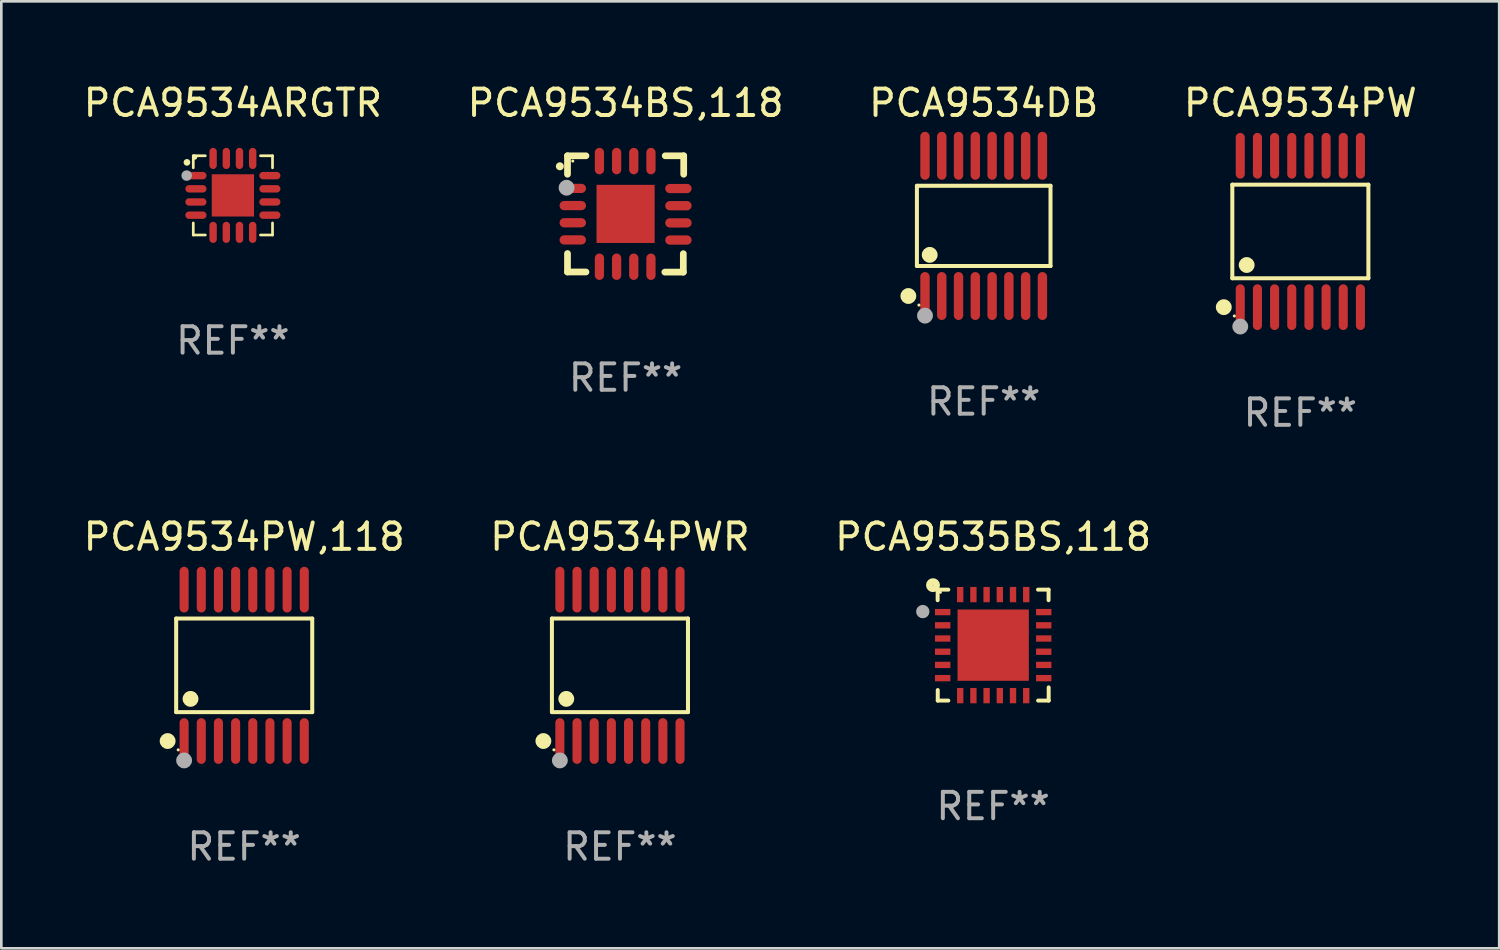
<source format=kicad_pcb>
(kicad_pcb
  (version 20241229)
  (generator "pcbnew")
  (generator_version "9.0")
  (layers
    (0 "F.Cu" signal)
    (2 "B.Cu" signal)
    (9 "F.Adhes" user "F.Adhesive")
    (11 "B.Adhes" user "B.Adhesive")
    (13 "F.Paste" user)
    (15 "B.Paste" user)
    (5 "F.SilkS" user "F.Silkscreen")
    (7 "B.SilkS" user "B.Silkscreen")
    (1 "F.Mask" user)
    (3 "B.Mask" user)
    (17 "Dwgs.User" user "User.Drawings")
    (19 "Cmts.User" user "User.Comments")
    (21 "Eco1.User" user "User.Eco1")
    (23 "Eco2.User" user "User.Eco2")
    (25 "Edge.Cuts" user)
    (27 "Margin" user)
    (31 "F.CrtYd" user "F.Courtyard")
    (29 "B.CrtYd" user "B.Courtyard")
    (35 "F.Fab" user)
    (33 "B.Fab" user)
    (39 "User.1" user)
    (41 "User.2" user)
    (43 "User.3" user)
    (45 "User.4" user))
  (footprint "PCA9534PW"
    (layer "F.Cu")
    (at 46.185 5.714)
    (property "Reference" "PCA9534PW" (at 0 -4.866 0) (layer "F.SilkS") (effects (font (size 1 1) (thickness 0.15))))
    (attr through_hole)
    (fp_line (start -2.576 -1.772) (end 2.576 -1.772) (stroke (width 0.152) (type solid)) (layer "F.SilkS"))
    (fp_line (start -2.576 1.771) (end -2.576 -1.772) (stroke (width 0.152) (type solid)) (layer "F.SilkS"))
    (fp_line (start 2.576 -1.772) (end 2.576 1.771) (stroke (width 0.152) (type solid)) (layer "F.SilkS"))
    (fp_line (start 2.576 1.771) (end -2.576 1.771) (stroke (width 0.152) (type solid)) (layer "F.SilkS"))
    (fp_circle (center -2.899 2.866) (end -2.749 2.866) (stroke (width 0.3) (type solid)) (fill no) (layer "F.SilkS"))
    (fp_circle (center -2.5 3.2) (end -2.47 3.2) (stroke (width 0.06) (type solid)) (fill no) (layer "F.SilkS"))
    (fp_circle (center -2.032 1.27) (end -1.882 1.27) (stroke (width 0.3) (type solid)) (fill no) (layer "F.SilkS"))
    (fp_circle (center -2.275 3.6) (end -2.125 3.6) (stroke (width 0.3) (type solid)) (fill no) (layer "F.Fab"))
    (fp_text user "REF**" (at 0 6.866 0) (layer "F.Fab") (effects (font (size 1 1) (thickness 0.15))))
    (pad "1" smd oval (at -2.275 2.866) (size 0.343 1.731) (layers "F.Cu" "F.Mask" "F.Paste"))
    (pad "2" smd oval (at -1.625 2.866) (size 0.343 1.731) (layers "F.Cu" "F.Mask" "F.Paste"))
    (pad "3" smd oval (at -0.975 2.866) (size 0.343 1.731) (layers "F.Cu" "F.Mask" "F.Paste"))
    (pad "4" smd oval (at -0.325 2.866) (size 0.343 1.731) (layers "F.Cu" "F.Mask" "F.Paste"))
    (pad "5" smd oval (at 0.325 2.866) (size 0.343 1.731) (layers "F.Cu" "F.Mask" "F.Paste"))
    (pad "6" smd oval (at 0.975 2.866) (size 0.343 1.731) (layers "F.Cu" "F.Mask" "F.Paste"))
    (pad "7" smd oval (at 1.625 2.866) (size 0.343 1.731) (layers "F.Cu" "F.Mask" "F.Paste"))
    (pad "8" smd oval (at 2.275 2.866) (size 0.343 1.731) (layers "F.Cu" "F.Mask" "F.Paste"))
    (pad "9" smd oval (at 2.275 -2.866) (size 0.343 1.731) (layers "F.Cu" "F.Mask" "F.Paste"))
    (pad "10" smd oval (at 1.625 -2.866) (size 0.343 1.731) (layers "F.Cu" "F.Mask" "F.Paste"))
    (pad "11" smd oval (at 0.975 -2.866) (size 0.343 1.731) (layers "F.Cu" "F.Mask" "F.Paste"))
    (pad "12" smd oval (at 0.325 -2.866) (size 0.343 1.731) (layers "F.Cu" "F.Mask" "F.Paste"))
    (pad "13" smd oval (at -0.325 -2.866) (size 0.343 1.731) (layers "F.Cu" "F.Mask" "F.Paste"))
    (pad "14" smd oval (at -0.975 -2.866) (size 0.343 1.731) (layers "F.Cu" "F.Mask" "F.Paste"))
    (pad "15" smd oval (at -1.625 -2.866) (size 0.343 1.731) (layers "F.Cu" "F.Mask" "F.Paste"))
    (pad "16" smd oval (at -2.275 -2.866) (size 0.343 1.731) (layers "F.Cu" "F.Mask" "F.Paste")))
  (footprint "PCA9534BS,118"
    (layer "F.Cu")
    (at 20.637 5.051)
    (property "Reference" "PCA9534BS,118" (at 0 -4.202 0) (layer "F.SilkS") (effects (font (size 1 1) (thickness 0.15))))
    (attr through_hole)
    (fp_line (start -2.2 -2.202) (end -1.5 -2.202) (stroke (width 0.254) (type solid)) (layer "F.SilkS"))
    (fp_line (start -2.2 -1.503) (end -2.2 -2.202) (stroke (width 0.254) (type solid)) (layer "F.SilkS"))
    (fp_line (start -2.2 1.498) (end -2.2 2.197) (stroke (width 0.254) (type solid)) (layer "F.SilkS"))
    (fp_line (start -2.2 2.197) (end -1.5 2.197) (stroke (width 0.254) (type solid)) (layer "F.SilkS"))
    (fp_line (start 1.485 2.202) (end 2.185 2.202) (stroke (width 0.254) (type solid)) (layer "F.SilkS"))
    (fp_line (start 2.185 2.202) (end 2.185 1.503) (stroke (width 0.254) (type solid)) (layer "F.SilkS"))
    (fp_line (start 2.2 -2.202) (end 1.5 -2.202) (stroke (width 0.254) (type solid)) (layer "F.SilkS"))
    (fp_line (start 2.2 -1.503) (end 2.2 -2.202) (stroke (width 0.254) (type solid)) (layer "F.SilkS"))
    (fp_arc (start -2.489205 -1.803404) (mid -2.48921 -1.804674) (end -2.489205 -1.805944) (stroke (width 0.3) (type solid)) (layer "F.SilkS"))
    (fp_circle (center -2 -2.002) (end -1.97 -2.002) (stroke (width 0.06) (type solid)) (fill no) (layer "F.SilkS"))
    (fp_circle (center -2.235 -0.993) (end -2.085 -0.993) (stroke (width 0.3) (type solid)) (fill no) (layer "F.Fab"))
    (fp_text user "REF**" (at 0 6.202 0) (layer "F.Fab") (effects (font (size 1 1) (thickness 0.15))))
    (pad "1" smd oval (at -2 -0.968 270) (size 0.35 1) (layers "F.Cu" "F.Mask" "F.Paste"))
    (pad "2" smd oval (at -2 -0.317 270) (size 0.35 1) (layers "F.Cu" "F.Mask" "F.Paste"))
    (pad "3" smd oval (at -2 0.333 270) (size 0.35 1) (layers "F.Cu" "F.Mask" "F.Paste"))
    (pad "4" smd oval (at -2 0.983 270) (size 0.35 1) (layers "F.Cu" "F.Mask" "F.Paste"))
    (pad "5" smd oval (at -0.991 1.998) (size 0.35 1) (layers "F.Cu" "F.Mask" "F.Paste"))
    (pad "6" smd oval (at -0.34 1.998) (size 0.35 1) (layers "F.Cu" "F.Mask" "F.Paste"))
    (pad "7" smd oval (at 0.31 1.998) (size 0.35 1) (layers "F.Cu" "F.Mask" "F.Paste"))
    (pad "8" smd oval (at 0.96 1.998) (size 0.35 1) (layers "F.Cu" "F.Mask" "F.Paste"))
    (pad "9" smd oval (at 2 0.988 270) (size 0.35 1) (layers "F.Cu" "F.Mask" "F.Paste"))
    (pad "10" smd oval (at 2 0.338 270) (size 0.35 1) (layers "F.Cu" "F.Mask" "F.Paste"))
    (pad "11" smd oval (at 2 -0.312 270) (size 0.35 1) (layers "F.Cu" "F.Mask" "F.Paste"))
    (pad "12" smd oval (at 2 -0.963 270) (size 0.35 1) (layers "F.Cu" "F.Mask" "F.Paste"))
    (pad "13" smd oval (at 0.96 -2.002) (size 0.35 1) (layers "F.Cu" "F.Mask" "F.Paste"))
    (pad "14" smd oval (at 0.31 -2.002) (size 0.35 1) (layers "F.Cu" "F.Mask" "F.Paste"))
    (pad "15" smd oval (at -0.34 -2.002) (size 0.35 1) (layers "F.Cu" "F.Mask" "F.Paste"))
    (pad "16" smd oval (at -0.991 -2.002) (size 0.35 1) (layers "F.Cu" "F.Mask" "F.Paste"))
    (pad "17" smd rect (at -0.000102 -0.002) (size 2.2 2.2) (layers "F.Cu" "F.Mask" "F.Paste")))
  (footprint "PCA9534PW,118"
    (layer "F.Cu")
    (at 6.196 22.142)
    (property "Reference" "PCA9534PW,118" (at 0 -4.866 0) (layer "F.SilkS") (effects (font (size 1 1) (thickness 0.15))))
    (attr through_hole)
    (fp_line (start -2.576 -1.772) (end 2.576 -1.772) (stroke (width 0.152) (type solid)) (layer "F.SilkS"))
    (fp_line (start -2.576 1.771) (end -2.576 -1.772) (stroke (width 0.152) (type solid)) (layer "F.SilkS"))
    (fp_line (start 2.576 -1.772) (end 2.576 1.771) (stroke (width 0.152) (type solid)) (layer "F.SilkS"))
    (fp_line (start 2.576 1.771) (end -2.576 1.771) (stroke (width 0.152) (type solid)) (layer "F.SilkS"))
    (fp_circle (center -2.899 2.866) (end -2.749 2.866) (stroke (width 0.3) (type solid)) (fill no) (layer "F.SilkS"))
    (fp_circle (center -2.5 3.2) (end -2.47 3.2) (stroke (width 0.06) (type solid)) (fill no) (layer "F.SilkS"))
    (fp_circle (center -2.032 1.27) (end -1.882 1.27) (stroke (width 0.3) (type solid)) (fill no) (layer "F.SilkS"))
    (fp_circle (center -2.275 3.6) (end -2.125 3.6) (stroke (width 0.3) (type solid)) (fill no) (layer "F.Fab"))
    (fp_text user "REF**" (at 0 6.866 0) (layer "F.Fab") (effects (font (size 1 1) (thickness 0.15))))
    (pad "1" smd oval (at -2.275 2.866) (size 0.343 1.731) (layers "F.Cu" "F.Mask" "F.Paste"))
    (pad "2" smd oval (at -1.625 2.866) (size 0.343 1.731) (layers "F.Cu" "F.Mask" "F.Paste"))
    (pad "3" smd oval (at -0.975 2.866) (size 0.343 1.731) (layers "F.Cu" "F.Mask" "F.Paste"))
    (pad "4" smd oval (at -0.325 2.866) (size 0.343 1.731) (layers "F.Cu" "F.Mask" "F.Paste"))
    (pad "5" smd oval (at 0.325 2.866) (size 0.343 1.731) (layers "F.Cu" "F.Mask" "F.Paste"))
    (pad "6" smd oval (at 0.975 2.866) (size 0.343 1.731) (layers "F.Cu" "F.Mask" "F.Paste"))
    (pad "7" smd oval (at 1.625 2.866) (size 0.343 1.731) (layers "F.Cu" "F.Mask" "F.Paste"))
    (pad "8" smd oval (at 2.275 2.866) (size 0.343 1.731) (layers "F.Cu" "F.Mask" "F.Paste"))
    (pad "9" smd oval (at 2.275 -2.866) (size 0.343 1.731) (layers "F.Cu" "F.Mask" "F.Paste"))
    (pad "10" smd oval (at 1.625 -2.866) (size 0.343 1.731) (layers "F.Cu" "F.Mask" "F.Paste"))
    (pad "11" smd oval (at 0.975 -2.866) (size 0.343 1.731) (layers "F.Cu" "F.Mask" "F.Paste"))
    (pad "12" smd oval (at 0.325 -2.866) (size 0.343 1.731) (layers "F.Cu" "F.Mask" "F.Paste"))
    (pad "13" smd oval (at -0.325 -2.866) (size 0.343 1.731) (layers "F.Cu" "F.Mask" "F.Paste"))
    (pad "14" smd oval (at -0.975 -2.866) (size 0.343 1.731) (layers "F.Cu" "F.Mask" "F.Paste"))
    (pad "15" smd oval (at -1.625 -2.866) (size 0.343 1.731) (layers "F.Cu" "F.Mask" "F.Paste"))
    (pad "16" smd oval (at -2.275 -2.866) (size 0.343 1.731) (layers "F.Cu" "F.Mask" "F.Paste")))
  (footprint "PCA9535BS,118"
    (layer "F.Cu")
    (at 34.554 21.376)
    (property "Reference" "PCA9535BS,118" (at 0 -4.1 0) (layer "F.SilkS") (effects (font (size 1 1) (thickness 0.15))))
    (attr through_hole)
    (fp_line (start -2.102 -2.1) (end -1.698 -2.1) (stroke (width 0.15) (type solid)) (layer "F.SilkS"))
    (fp_line (start -2.102 -1.7) (end -2.102 -2.1) (stroke (width 0.15) (type solid)) (layer "F.SilkS"))
    (fp_line (start -2.098 1.7) (end -2.098 2.1) (stroke (width 0.15) (type solid)) (layer "F.SilkS"))
    (fp_line (start -2.098 2.1) (end -1.698 2.1) (stroke (width 0.15) (type solid)) (layer "F.SilkS"))
    (fp_line (start 1.698 -2.1) (end 2.098 -2.1) (stroke (width 0.15) (type solid)) (layer "F.SilkS"))
    (fp_line (start 2.098 -2.1) (end 2.098 -1.7) (stroke (width 0.15) (type solid)) (layer "F.SilkS"))
    (fp_line (start 2.102 1.6) (end 2.102 2.1) (stroke (width 0.15) (type solid)) (layer "F.SilkS"))
    (fp_line (start 2.102 2.1) (end 1.702 2.1) (stroke (width 0.15) (type solid)) (layer "F.SilkS"))
    (fp_circle (center -2.278 -2.27) (end -2.268 -2.27) (stroke (width 0.254) (type solid)) (fill no) (layer "F.SilkS"))
    (fp_circle (center -1.998 -2) (end -1.968 -2) (stroke (width 0.06) (type solid)) (fill no) (layer "F.SilkS"))
    (fp_circle (center -2.665 -1.27) (end -2.538 -1.27) (stroke (width 0.254) (type solid)) (fill no) (layer "F.Fab"))
    (fp_text user "REF**" (at 0 6.1 0) (layer "F.Fab") (effects (font (size 1 1) (thickness 0.15))))
    (pad "1" smd rect (at -1.911 -1.25) (size 0.584 0.24) (layers "F.Cu" "F.Mask" "F.Paste"))
    (pad "2" smd rect (at -1.911 -0.75) (size 0.584 0.24) (layers "F.Cu" "F.Mask" "F.Paste"))
    (pad "3" smd rect (at -1.911 -0.25) (size 0.584 0.24) (layers "F.Cu" "F.Mask" "F.Paste"))
    (pad "4" smd rect (at -1.911 0.25) (size 0.584 0.24) (layers "F.Cu" "F.Mask" "F.Paste"))
    (pad "5" smd rect (at -1.911 0.75) (size 0.584 0.24) (layers "F.Cu" "F.Mask" "F.Paste"))
    (pad "6" smd rect (at -1.911 1.25) (size 0.584 0.24) (layers "F.Cu" "F.Mask" "F.Paste"))
    (pad "7" smd rect (at -1.248 1.913) (size 0.24 0.58) (layers "F.Cu" "F.Mask" "F.Paste"))
    (pad "8" smd rect (at -0.748 1.913) (size 0.24 0.58) (layers "F.Cu" "F.Mask" "F.Paste"))
    (pad "9" smd rect (at -0.248 1.913) (size 0.24 0.58) (layers "F.Cu" "F.Mask" "F.Paste"))
    (pad "10" smd rect (at 0.252 1.913) (size 0.24 0.58) (layers "F.Cu" "F.Mask" "F.Paste"))
    (pad "11" smd rect (at 0.752 1.913) (size 0.24 0.58) (layers "F.Cu" "F.Mask" "F.Paste"))
    (pad "12" smd rect (at 1.252 1.913) (size 0.24 0.58) (layers "F.Cu" "F.Mask" "F.Paste"))
    (pad "13" smd rect (at 1.915 1.25) (size 0.58 0.24) (layers "F.Cu" "F.Mask" "F.Paste"))
    (pad "14" smd rect (at 1.915 0.75) (size 0.58 0.24) (layers "F.Cu" "F.Mask" "F.Paste"))
    (pad "15" smd rect (at 1.915 0.25) (size 0.58 0.24) (layers "F.Cu" "F.Mask" "F.Paste"))
    (pad "16" smd rect (at 1.915 -0.25) (size 0.58 0.24) (layers "F.Cu" "F.Mask" "F.Paste"))
    (pad "17" smd rect (at 1.915 -0.75) (size 0.58 0.24) (layers "F.Cu" "F.Mask" "F.Paste"))
    (pad "18" smd rect (at 1.915 -1.25) (size 0.58 0.24) (layers "F.Cu" "F.Mask" "F.Paste"))
    (pad "19" smd rect (at 1.252 -1.913) (size 0.24 0.58) (layers "F.Cu" "F.Mask" "F.Paste"))
    (pad "20" smd rect (at 0.752 -1.913) (size 0.24 0.58) (layers "F.Cu" "F.Mask" "F.Paste"))
    (pad "21" smd rect (at 0.252 -1.913) (size 0.24 0.58) (layers "F.Cu" "F.Mask" "F.Paste"))
    (pad "22" smd rect (at -0.248 -1.913) (size 0.24 0.58) (layers "F.Cu" "F.Mask" "F.Paste"))
    (pad "23" smd rect (at -0.748 -1.913) (size 0.24 0.58) (layers "F.Cu" "F.Mask" "F.Paste"))
    (pad "24" smd rect (at -1.248 -1.913) (size 0.24 0.58) (layers "F.Cu" "F.Mask" "F.Paste"))
    (pad "25" smd rect (at 0.001 0.001) (size 2.7 2.7) (layers "F.Cu" "F.Mask" "F.Paste")))
  (footprint "PCA9534DB"
    (layer "F.Cu")
    (at 34.196 5.503)
    (property "Reference" "PCA9534DB" (at 0 -4.655 0) (layer "F.SilkS") (effects (font (size 1 1) (thickness 0.15))))
    (attr through_hole)
    (fp_line (start -2.529 -1.519) (end 2.529 -1.519) (stroke (width 0.152) (type solid)) (layer "F.SilkS"))
    (fp_line (start -2.529 1.519) (end -2.529 -1.519) (stroke (width 0.152) (type solid)) (layer "F.SilkS"))
    (fp_line (start 2.529 -1.519) (end 2.529 1.519) (stroke (width 0.152) (type solid)) (layer "F.SilkS"))
    (fp_line (start 2.529 1.519) (end -2.529 1.519) (stroke (width 0.152) (type solid)) (layer "F.SilkS"))
    (fp_circle (center -2.853 2.655) (end -2.703 2.655) (stroke (width 0.3) (type solid)) (fill no) (layer "F.SilkS"))
    (fp_circle (center -2.453 2.998) (end -2.423 2.998) (stroke (width 0.06) (type solid)) (fill no) (layer "F.SilkS"))
    (fp_circle (center -2.045 1.097) (end -1.895 1.097) (stroke (width 0.3) (type solid)) (fill no) (layer "F.SilkS"))
    (fp_circle (center -2.223 3.398) (end -2.072 3.398) (stroke (width 0.3) (type solid)) (fill no) (layer "F.Fab"))
    (fp_text user "REF**" (at 0 6.655 0) (layer "F.Fab") (effects (font (size 1 1) (thickness 0.15))))
    (pad "1" smd oval (at -2.223 2.655) (size 0.356 1.815) (layers "F.Cu" "F.Mask" "F.Paste"))
    (pad "2" smd oval (at -1.588 2.655) (size 0.356 1.815) (layers "F.Cu" "F.Mask" "F.Paste"))
    (pad "3" smd oval (at -0.953 2.655) (size 0.356 1.815) (layers "F.Cu" "F.Mask" "F.Paste"))
    (pad "4" smd oval (at -0.318 2.655) (size 0.356 1.815) (layers "F.Cu" "F.Mask" "F.Paste"))
    (pad "5" smd oval (at 0.318 2.655) (size 0.356 1.815) (layers "F.Cu" "F.Mask" "F.Paste"))
    (pad "6" smd oval (at 0.953 2.655) (size 0.356 1.815) (layers "F.Cu" "F.Mask" "F.Paste"))
    (pad "7" smd oval (at 1.588 2.655) (size 0.356 1.815) (layers "F.Cu" "F.Mask" "F.Paste"))
    (pad "8" smd oval (at 2.223 2.655) (size 0.356 1.815) (layers "F.Cu" "F.Mask" "F.Paste"))
    (pad "9" smd oval (at 2.223 -2.655) (size 0.356 1.815) (layers "F.Cu" "F.Mask" "F.Paste"))
    (pad "10" smd oval (at 1.588 -2.655) (size 0.356 1.815) (layers "F.Cu" "F.Mask" "F.Paste"))
    (pad "11" smd oval (at 0.953 -2.655) (size 0.356 1.815) (layers "F.Cu" "F.Mask" "F.Paste"))
    (pad "12" smd oval (at 0.318 -2.655) (size 0.356 1.815) (layers "F.Cu" "F.Mask" "F.Paste"))
    (pad "13" smd oval (at -0.318 -2.655) (size 0.356 1.815) (layers "F.Cu" "F.Mask" "F.Paste"))
    (pad "14" smd oval (at -0.953 -2.655) (size 0.356 1.815) (layers "F.Cu" "F.Mask" "F.Paste"))
    (pad "15" smd oval (at -1.588 -2.655) (size 0.356 1.815) (layers "F.Cu" "F.Mask" "F.Paste"))
    (pad "16" smd oval (at -2.223 -2.655) (size 0.356 1.815) (layers "F.Cu" "F.Mask" "F.Paste")))
  (footprint "PCA9534PWR"
    (layer "F.Cu")
    (at 20.423 22.142)
    (property "Reference" "PCA9534PWR" (at 0 -4.866 0) (layer "F.SilkS") (effects (font (size 1 1) (thickness 0.15))))
    (attr through_hole)
    (fp_line (start -2.576 -1.772) (end 2.576 -1.772) (stroke (width 0.152) (type solid)) (layer "F.SilkS"))
    (fp_line (start -2.576 1.771) (end -2.576 -1.772) (stroke (width 0.152) (type solid)) (layer "F.SilkS"))
    (fp_line (start 2.576 -1.772) (end 2.576 1.771) (stroke (width 0.152) (type solid)) (layer "F.SilkS"))
    (fp_line (start 2.576 1.771) (end -2.576 1.771) (stroke (width 0.152) (type solid)) (layer "F.SilkS"))
    (fp_circle (center -2.899 2.866) (end -2.749 2.866) (stroke (width 0.3) (type solid)) (fill no) (layer "F.SilkS"))
    (fp_circle (center -2.5 3.2) (end -2.47 3.2) (stroke (width 0.06) (type solid)) (fill no) (layer "F.SilkS"))
    (fp_circle (center -2.032 1.27) (end -1.882 1.27) (stroke (width 0.3) (type solid)) (fill no) (layer "F.SilkS"))
    (fp_circle (center -2.275 3.6) (end -2.125 3.6) (stroke (width 0.3) (type solid)) (fill no) (layer "F.Fab"))
    (fp_text user "REF**" (at 0 6.866 0) (layer "F.Fab") (effects (font (size 1 1) (thickness 0.15))))
    (pad "1" smd oval (at -2.275 2.866) (size 0.343 1.731) (layers "F.Cu" "F.Mask" "F.Paste"))
    (pad "2" smd oval (at -1.625 2.866) (size 0.343 1.731) (layers "F.Cu" "F.Mask" "F.Paste"))
    (pad "3" smd oval (at -0.975 2.866) (size 0.343 1.731) (layers "F.Cu" "F.Mask" "F.Paste"))
    (pad "4" smd oval (at -0.325 2.866) (size 0.343 1.731) (layers "F.Cu" "F.Mask" "F.Paste"))
    (pad "5" smd oval (at 0.325 2.866) (size 0.343 1.731) (layers "F.Cu" "F.Mask" "F.Paste"))
    (pad "6" smd oval (at 0.975 2.866) (size 0.343 1.731) (layers "F.Cu" "F.Mask" "F.Paste"))
    (pad "7" smd oval (at 1.625 2.866) (size 0.343 1.731) (layers "F.Cu" "F.Mask" "F.Paste"))
    (pad "8" smd oval (at 2.275 2.866) (size 0.343 1.731) (layers "F.Cu" "F.Mask" "F.Paste"))
    (pad "9" smd oval (at 2.275 -2.866) (size 0.343 1.731) (layers "F.Cu" "F.Mask" "F.Paste"))
    (pad "10" smd oval (at 1.625 -2.866) (size 0.343 1.731) (layers "F.Cu" "F.Mask" "F.Paste"))
    (pad "11" smd oval (at 0.975 -2.866) (size 0.343 1.731) (layers "F.Cu" "F.Mask" "F.Paste"))
    (pad "12" smd oval (at 0.325 -2.866) (size 0.343 1.731) (layers "F.Cu" "F.Mask" "F.Paste"))
    (pad "13" smd oval (at -0.325 -2.866) (size 0.343 1.731) (layers "F.Cu" "F.Mask" "F.Paste"))
    (pad "14" smd oval (at -0.975 -2.866) (size 0.343 1.731) (layers "F.Cu" "F.Mask" "F.Paste"))
    (pad "15" smd oval (at -1.625 -2.866) (size 0.343 1.731) (layers "F.Cu" "F.Mask" "F.Paste"))
    (pad "16" smd oval (at -2.275 -2.866) (size 0.343 1.731) (layers "F.Cu" "F.Mask" "F.Paste")))
  (footprint "PCA9534ARGTR"
    (layer "F.Cu")
    (at 5.768 4.348)
    (property "Reference" "PCA9534ARGTR" (at 0 -3.5 0) (layer "F.SilkS") (effects (font (size 1 1) (thickness 0.15))))
    (attr through_hole)
    (fp_line (start -1.5 -1.5) (end -1.5 -1.044) (stroke (width 0.102) (type solid)) (layer "F.SilkS"))
    (fp_line (start -1.5 1.044) (end -1.5 1.5) (stroke (width 0.102) (type solid)) (layer "F.SilkS"))
    (fp_line (start -1.5 1.5) (end -1.044 1.5) (stroke (width 0.102) (type solid)) (layer "F.SilkS"))
    (fp_line (start -1.044 -1.5) (end -1.5 -1.5) (stroke (width 0.102) (type solid)) (layer "F.SilkS"))
    (fp_line (start 1.044 1.5) (end 1.5 1.5) (stroke (width 0.102) (type solid)) (layer "F.SilkS"))
    (fp_line (start 1.5 -1.5) (end 1.044 -1.5) (stroke (width 0.102) (type solid)) (layer "F.SilkS"))
    (fp_line (start 1.5 -1.5) (end 1.5 -1.044) (stroke (width 0.102) (type solid)) (layer "F.SilkS"))
    (fp_line (start 1.5 1.044) (end 1.5 1.5) (stroke (width 0.102) (type solid)) (layer "F.SilkS"))
    (fp_arc (start -1.740056 -1.248717) (mid -1.740127 -1.249987) (end -1.740056 -1.251257) (stroke (width 0.25) (type solid)) (layer "F.SilkS"))
    (fp_circle (center -1.45 -1.45) (end -1.4 -1.45) (stroke (width 0.1) (type solid)) (fill no) (layer "F.SilkS"))
    (fp_circle (center -1.75 -0.75) (end -1.65 -0.75) (stroke (width 0.2) (type solid)) (fill no) (layer "F.Fab"))
    (fp_text user "REF**" (at 0 5.5 0) (layer "F.Fab") (effects (font (size 1 1) (thickness 0.15))))
    (pad "1" smd oval (at -1.4 -0.749 90) (size 0.28 0.8) (layers "F.Cu" "F.Mask" "F.Paste"))
    (pad "2" smd oval (at -1.4 -0.249 90) (size 0.28 0.8) (layers "F.Cu" "F.Mask" "F.Paste"))
    (pad "3" smd oval (at -1.4 0.249 90) (size 0.28 0.8) (layers "F.Cu" "F.Mask" "F.Paste"))
    (pad "4" smd oval (at -1.4 0.749 90) (size 0.28 0.8) (layers "F.Cu" "F.Mask" "F.Paste"))
    (pad "5" smd oval (at -0.749 1.4) (size 0.28 0.8) (layers "F.Cu" "F.Mask" "F.Paste"))
    (pad "6" smd oval (at -0.249 1.4) (size 0.28 0.8) (layers "F.Cu" "F.Mask" "F.Paste"))
    (pad "7" smd oval (at 0.249 1.4) (size 0.28 0.8) (layers "F.Cu" "F.Mask" "F.Paste"))
    (pad "8" smd oval (at 0.749 1.4) (size 0.28 0.8) (layers "F.Cu" "F.Mask" "F.Paste"))
    (pad "9" smd oval (at 1.4 0.749 90) (size 0.28 0.8) (layers "F.Cu" "F.Mask" "F.Paste"))
    (pad "10" smd oval (at 1.4 0.249 90) (size 0.28 0.8) (layers "F.Cu" "F.Mask" "F.Paste"))
    (pad "11" smd oval (at 1.4 -0.249 90) (size 0.28 0.8) (layers "F.Cu" "F.Mask" "F.Paste"))
    (pad "12" smd oval (at 1.4 -0.749 90) (size 0.28 0.8) (layers "F.Cu" "F.Mask" "F.Paste"))
    (pad "13" smd oval (at 0.749 -1.399) (size 0.28 0.8) (layers "F.Cu" "F.Mask" "F.Paste"))
    (pad "14" smd oval (at 0.249 -1.399) (size 0.28 0.8) (layers "F.Cu" "F.Mask" "F.Paste"))
    (pad "15" smd oval (at -0.249 -1.399) (size 0.28 0.8) (layers "F.Cu" "F.Mask" "F.Paste"))
    (pad "16" smd oval (at -0.749 -1.399) (size 0.28 0.8) (layers "F.Cu" "F.Mask" "F.Paste"))
    (pad "17" smd rect (at 0.000025 0.000178) (size 1.6 1.6) (layers "F.Cu" "F.Mask" "F.Paste")))
  (gr_rect
    (start -3 -3)
    (end 53.714 32.856)
    (stroke (width 0.1) (type default))
    (fill no)
    (layer "Edge.Cuts")))
</source>
